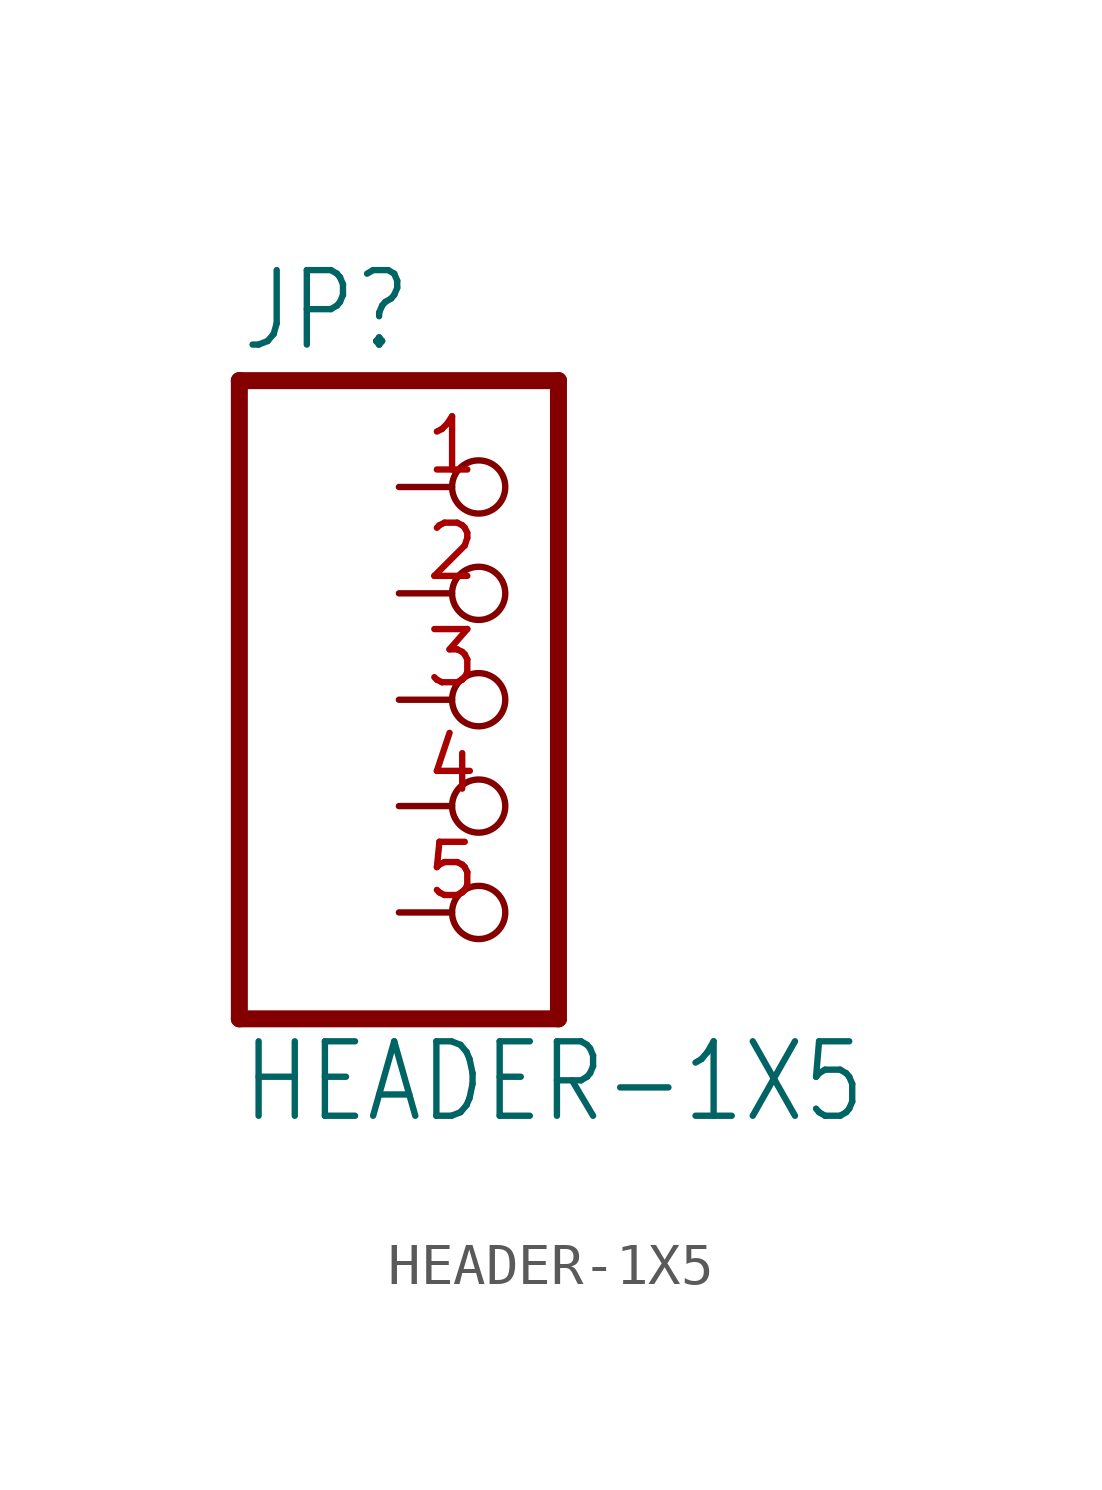
<source format=kicad_sym>
(kicad_symbol_lib
  (version 20211014)
  (generator kicad_symbol_editor)
  (symbol "HEADER-1X5"
    (property "Reference" "JP"
      (at -6.35 8.255 0)
      (effects (font (size 1.778 1.511)) (justify left bottom)))
    (property "Value" "HEADER-1X5"
      (at -6.35 -10.16 0)
      (effects (font (size 1.778 1.511)) (justify left bottom)))
    (property "ki_locked" ""
      (at 0 0 0)
      (effects (font (size 1.27 1.27))))
    (symbol "HEADER-1X5_1_0"
      (polyline (pts (xy -6.35 -7.62) (xy 1.27 -7.62)) (stroke (width 0.406) (type default) (color 0 0 0 0)) (fill (type none)))
      (polyline (pts (xy -6.35 7.62) (xy -6.35 -7.62)) (stroke (width 0.406) (type default) (color 0 0 0 0)) (fill (type none)))
      (polyline (pts (xy 1.27 -7.62) (xy 1.27 7.62)) (stroke (width 0.406) (type default) (color 0 0 0 0)) (fill (type none)))
      (polyline (pts (xy 1.27 7.62) (xy -6.35 7.62)) (stroke (width 0.406) (type default) (color 0 0 0 0)) (fill (type none)))
      (pin passive inverted (at -2.54 5.08 0) (length 2.54) (name "1" (effects (font (size 0 0)))) (number "1" (effects (font (size 1.27 1.27)))))
      (pin passive inverted (at -2.54 2.54 0) (length 2.54) (name "2" (effects (font (size 0 0)))) (number "2" (effects (font (size 1.27 1.27)))))
      (pin passive inverted (at -2.54 0 0) (length 2.54) (name "3" (effects (font (size 0 0)))) (number "3" (effects (font (size 1.27 1.27)))))
      (pin passive inverted (at -2.54 -2.54 0) (length 2.54) (name "4" (effects (font (size 0 0)))) (number "4" (effects (font (size 1.27 1.27)))))
      (pin passive inverted (at -2.54 -5.08 0) (length 2.54) (name "5" (effects (font (size 0 0)))) (number "5" (effects (font (size 1.27 1.27))))))))
</source>
